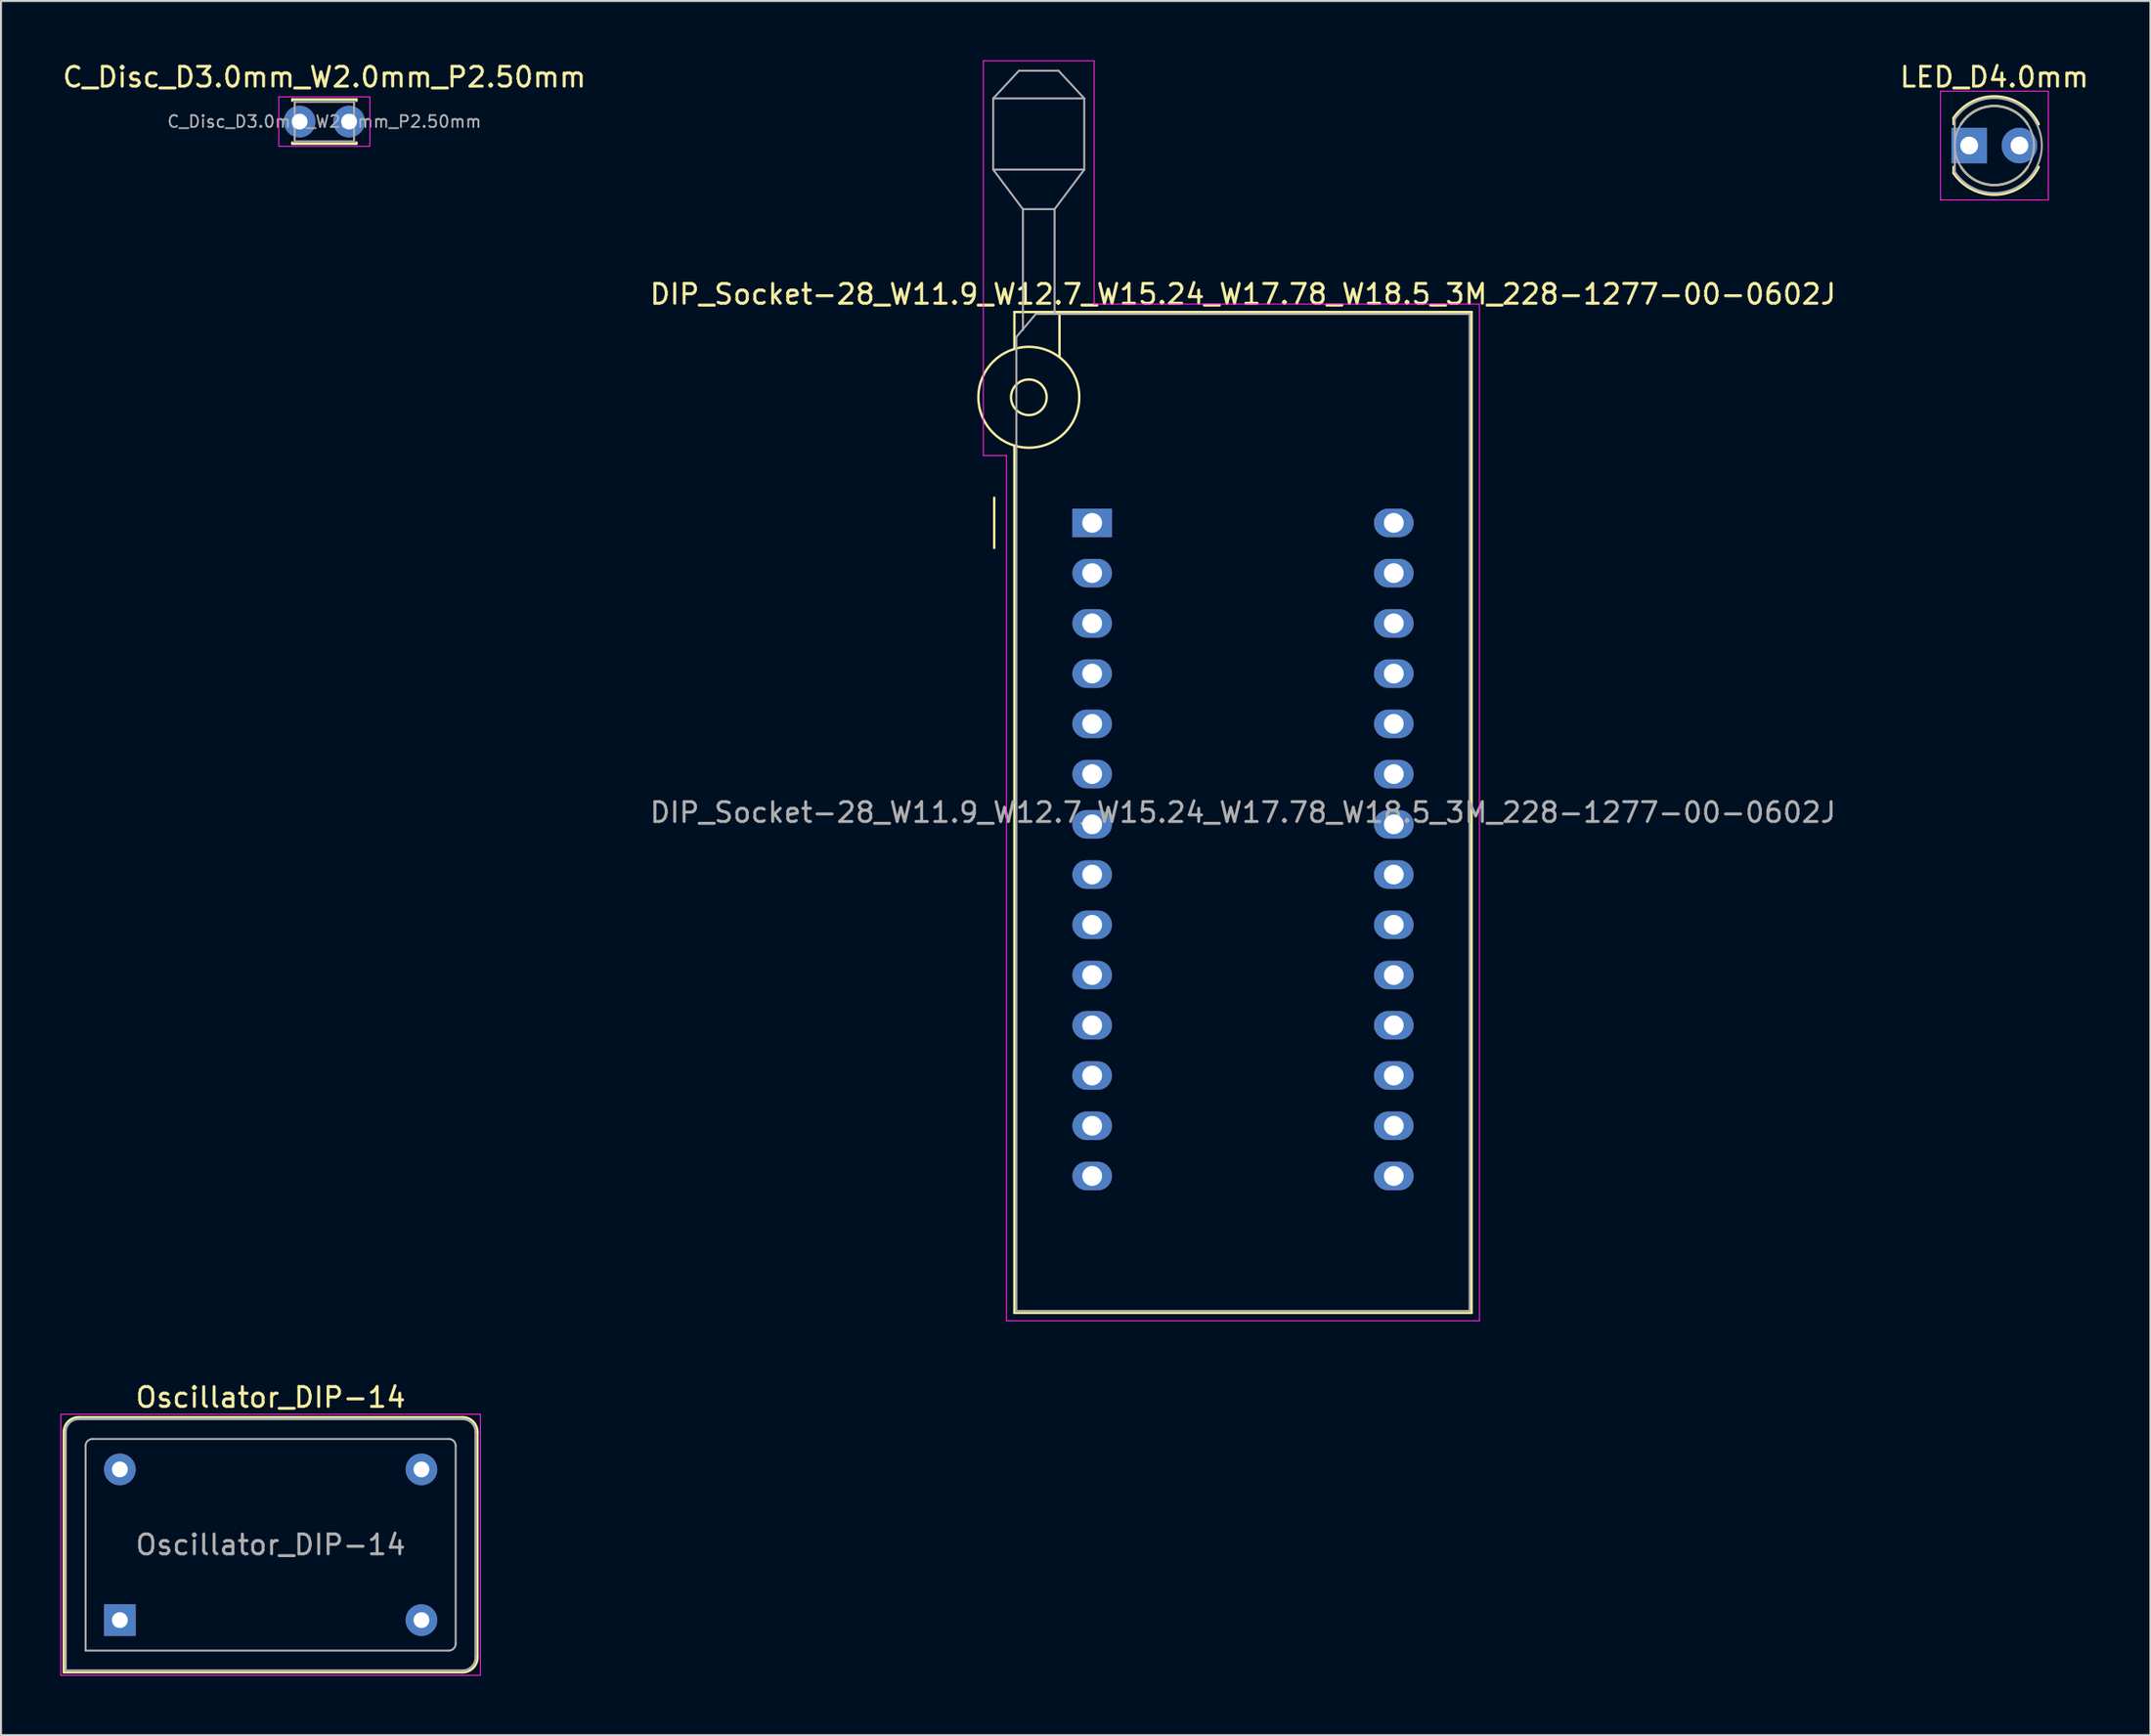
<source format=kicad_pcb>
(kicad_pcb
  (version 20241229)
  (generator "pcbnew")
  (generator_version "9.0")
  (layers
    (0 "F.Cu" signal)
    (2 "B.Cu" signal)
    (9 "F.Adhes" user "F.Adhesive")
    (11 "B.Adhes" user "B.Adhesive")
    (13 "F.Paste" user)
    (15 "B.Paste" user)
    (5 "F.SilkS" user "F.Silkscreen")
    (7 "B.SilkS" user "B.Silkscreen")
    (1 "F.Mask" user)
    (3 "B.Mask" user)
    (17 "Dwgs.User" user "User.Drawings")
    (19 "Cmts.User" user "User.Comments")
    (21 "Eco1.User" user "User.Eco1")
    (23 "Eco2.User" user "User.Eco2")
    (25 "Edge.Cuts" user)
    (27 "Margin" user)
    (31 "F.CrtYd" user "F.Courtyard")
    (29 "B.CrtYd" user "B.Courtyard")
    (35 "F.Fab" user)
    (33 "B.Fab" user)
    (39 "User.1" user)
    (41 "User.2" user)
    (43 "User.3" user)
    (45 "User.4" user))
  (footprint "LED_D4.0mm"
    (layer "F.Cu")
    (at 96.45 4.308)
    (property "Reference" "LED_D4.0mm" (at 1.27 -3.46 0) (layer "F.SilkS") (effects (font (size 1 1) (thickness 0.15))))
    (attr through_hole)
    (fp_line (start -0.79 -1.399) (end -0.79 -1.08) (stroke (width 0.12) (type solid)) (layer "F.SilkS"))
    (fp_line (start -0.79 1.08) (end -0.79 1.399) (stroke (width 0.12) (type solid)) (layer "F.SilkS"))
    (fp_arc (start -0.79 -1.398749) (mid 1.453519 -2.483228) (end 3.513242 -1.080724) (stroke (width 0.12) (type solid)) (layer "F.SilkS"))
    (fp_arc (start -0.41333 -1.08) (mid 1.269429 -2) (end 2.952713 -1.080961) (stroke (width 0.12) (type solid)) (layer "F.SilkS"))
    (fp_arc (start 2.952713 1.080961) (mid 1.269429 2) (end -0.41333 1.08) (stroke (width 0.12) (type solid)) (layer "F.SilkS"))
    (fp_arc (start 3.513242 1.080724) (mid 1.453519 2.483228) (end -0.79 1.398749) (stroke (width 0.12) (type solid)) (layer "F.SilkS"))
    (fp_line (start -1.45 -2.75) (end -1.45 2.75) (stroke (width 0.05) (type solid)) (layer "F.CrtYd"))
    (fp_line (start -1.45 2.75) (end 4 2.75) (stroke (width 0.05) (type solid)) (layer "F.CrtYd"))
    (fp_line (start 4 -2.75) (end -1.45 -2.75) (stroke (width 0.05) (type solid)) (layer "F.CrtYd"))
    (fp_line (start 4 2.75) (end 4 -2.75) (stroke (width 0.05) (type solid)) (layer "F.CrtYd"))
    (fp_line (start -0.73 -1.327) (end -0.73 1.327) (stroke (width 0.1) (type solid)) (layer "F.Fab"))
    (fp_arc (start -0.73 -1.32665) (mid 3.67 0.000306) (end -0.730339 1.32614) (stroke (width 0.1) (type solid)) (layer "F.Fab"))
    (fp_circle (center 1.27 0) (end 3.27 0) (stroke (width 0.1) (type solid)) (fill no) (layer "F.Fab"))
    (pad "1" thru_hole rect (at 0 0) (size 1.8 1.8) (drill 0.9) (layers "*.Cu" "*.Mask"))
    (pad "2" thru_hole circle (at 2.54 0) (size 1.8 1.8) (drill 0.9) (layers "*.Cu" "*.Mask")))
  (footprint "C_Disc_D3.0mm_W2.0mm_P2.50mm"
    (layer "F.Cu")
    (at 12.089 3.098)
    (property "Reference" "C_Disc_D3.0mm_W2.0mm_P2.50mm" (at 1.25 -2.25 0) (layer "F.SilkS") (effects (font (size 1 1) (thickness 0.15))))
    (attr through_hole)
    (fp_line (start -0.37 -1.12) (end -0.37 -1.055) (stroke (width 0.12) (type solid)) (layer "F.SilkS"))
    (fp_line (start -0.37 -1.12) (end 2.87 -1.12) (stroke (width 0.12) (type solid)) (layer "F.SilkS"))
    (fp_line (start -0.37 1.055) (end -0.37 1.12) (stroke (width 0.12) (type solid)) (layer "F.SilkS"))
    (fp_line (start -0.37 1.12) (end 2.87 1.12) (stroke (width 0.12) (type solid)) (layer "F.SilkS"))
    (fp_line (start 2.87 -1.12) (end 2.87 -1.055) (stroke (width 0.12) (type solid)) (layer "F.SilkS"))
    (fp_line (start 2.87 1.055) (end 2.87 1.12) (stroke (width 0.12) (type solid)) (layer "F.SilkS"))
    (fp_line (start -1.05 -1.25) (end -1.05 1.25) (stroke (width 0.05) (type solid)) (layer "F.CrtYd"))
    (fp_line (start -1.05 1.25) (end 3.55 1.25) (stroke (width 0.05) (type solid)) (layer "F.CrtYd"))
    (fp_line (start 3.55 -1.25) (end -1.05 -1.25) (stroke (width 0.05) (type solid)) (layer "F.CrtYd"))
    (fp_line (start 3.55 1.25) (end 3.55 -1.25) (stroke (width 0.05) (type solid)) (layer "F.CrtYd"))
    (fp_line (start -0.25 -1) (end -0.25 1) (stroke (width 0.1) (type solid)) (layer "F.Fab"))
    (fp_line (start -0.25 1) (end 2.75 1) (stroke (width 0.1) (type solid)) (layer "F.Fab"))
    (fp_line (start 2.75 -1) (end -0.25 -1) (stroke (width 0.1) (type solid)) (layer "F.Fab"))
    (fp_line (start 2.75 1) (end 2.75 -1) (stroke (width 0.1) (type solid)) (layer "F.Fab"))
    (fp_text user "${REFERENCE}" (at 1.25 0 0) (layer "F.Fab") (effects (font (size 0.6 0.6) (thickness 0.09))))
    (pad "1" thru_hole circle (at 0 0) (size 1.6 1.6) (drill 0.8) (layers "*.Cu" "*.Mask"))
    (pad "2" thru_hole circle (at 2.5 0) (size 1.6 1.6) (drill 0.8) (layers "*.Cu" "*.Mask")))
  (footprint "DIP_Socket-28_W11.9_W12.7_W15.24_W17.78_W18.5_3M_228-1277-00-0602J"
    (layer "F.Cu")
    (at 52.136 23.385)
    (property "Reference" "DIP_Socket-28_W11.9_W12.7_W15.24_W17.78_W18.5_3M_228-1277-00-0602J" (at 7.62 -11.56 0) (layer "F.SilkS") (effects (font (size 1 1) (thickness 0.15))))
    (attr through_hole)
    (fp_line (start -4.95 1.27) (end -4.95 -1.27) (stroke (width 0.12) (type solid)) (layer "F.SilkS"))
    (fp_line (start -3.93 -10.66) (end -3.93 -8.8) (stroke (width 0.12) (type solid)) (layer "F.SilkS"))
    (fp_line (start -3.93 -3.9) (end -3.93 39.94) (stroke (width 0.12) (type solid)) (layer "F.SilkS"))
    (fp_line (start -3.93 39.94) (end 19.17 39.94) (stroke (width 0.12) (type solid)) (layer "F.SilkS"))
    (fp_line (start -1.65 -10.66) (end -1.65 -8.4) (stroke (width 0.12) (type solid)) (layer "F.SilkS"))
    (fp_line (start 19.17 -10.66) (end -3.93 -10.66) (stroke (width 0.12) (type solid)) (layer "F.SilkS"))
    (fp_line (start 19.17 39.94) (end 19.17 -10.66) (stroke (width 0.12) (type solid)) (layer "F.SilkS"))
    (fp_circle (center -3.2 -6.35) (end -2.3 -6.35) (stroke (width 0.12) (type solid)) (fill no) (layer "F.SilkS"))
    (fp_circle (center -3.2 -6.35) (end -0.65 -6.35) (stroke (width 0.12) (type solid)) (fill no) (layer "F.SilkS"))
    (fp_line (start -5.5 -23.36) (end 0.1 -23.36) (stroke (width 0.05) (type solid)) (layer "F.CrtYd"))
    (fp_line (start -5.5 -3.4) (end -5.5 -23.36) (stroke (width 0.05) (type solid)) (layer "F.CrtYd"))
    (fp_line (start -4.33 -3.4) (end -5.5 -3.4) (stroke (width 0.05) (type solid)) (layer "F.CrtYd"))
    (fp_line (start -4.33 40.34) (end -4.33 -3.4) (stroke (width 0.05) (type solid)) (layer "F.CrtYd"))
    (fp_line (start 0.1 -23.36) (end 0.1 -11.06) (stroke (width 0.05) (type solid)) (layer "F.CrtYd"))
    (fp_line (start 0.1 -11.06) (end 19.57 -11.06) (stroke (width 0.05) (type solid)) (layer "F.CrtYd"))
    (fp_line (start 19.57 -11.06) (end 19.57 40.34) (stroke (width 0.05) (type solid)) (layer "F.CrtYd"))
    (fp_line (start 19.57 40.34) (end -4.33 40.34) (stroke (width 0.05) (type solid)) (layer "F.CrtYd"))
    (fp_line (start -5 -21.46) (end -5 -17.86) (stroke (width 0.1) (type solid)) (layer "F.Fab"))
    (fp_line (start -5 -21.46) (end -3.7 -22.86) (stroke (width 0.1) (type solid)) (layer "F.Fab"))
    (fp_line (start -5 -17.86) (end -3.5 -15.86) (stroke (width 0.1) (type solid)) (layer "F.Fab"))
    (fp_line (start -5 -17.86) (end -0.4 -17.86) (stroke (width 0.1) (type solid)) (layer "F.Fab"))
    (fp_line (start -3.83 -9.4) (end -2.85 -10.56) (stroke (width 0.1) (type solid)) (layer "F.Fab"))
    (fp_line (start -3.83 39.84) (end -3.83 -9.4) (stroke (width 0.1) (type solid)) (layer "F.Fab"))
    (fp_line (start -3.7 -22.86) (end -1.7 -22.86) (stroke (width 0.1) (type solid)) (layer "F.Fab"))
    (fp_line (start -3.5 -15.86) (end -1.9 -15.86) (stroke (width 0.1) (type solid)) (layer "F.Fab"))
    (fp_line (start -3.5 -9.75) (end -3.5 -15.86) (stroke (width 0.1) (type solid)) (layer "F.Fab"))
    (fp_line (start -2.85 -10.56) (end 19.07 -10.56) (stroke (width 0.1) (type solid)) (layer "F.Fab"))
    (fp_line (start -1.9 -15.86) (end -1.9 -10.56) (stroke (width 0.1) (type solid)) (layer "F.Fab"))
    (fp_line (start -1.7 -22.86) (end -0.4 -21.46) (stroke (width 0.1) (type solid)) (layer "F.Fab"))
    (fp_line (start -0.4 -21.46) (end -5 -21.46) (stroke (width 0.1) (type solid)) (layer "F.Fab"))
    (fp_line (start -0.4 -17.86) (end -1.9 -15.86) (stroke (width 0.1) (type solid)) (layer "F.Fab"))
    (fp_line (start -0.4 -17.86) (end -0.4 -21.46) (stroke (width 0.1) (type solid)) (layer "F.Fab"))
    (fp_line (start 19.07 -10.56) (end 19.07 39.84) (stroke (width 0.1) (type solid)) (layer "F.Fab"))
    (fp_line (start 19.07 39.84) (end -3.83 39.84) (stroke (width 0.1) (type solid)) (layer "F.Fab"))
    (fp_text user "${REFERENCE}" (at 7.62 14.64 0) (layer "F.Fab") (effects (font (size 1 1) (thickness 0.15))))
    (pad "1" thru_hole rect (at 0 0) (size 2 1.44) (drill 1) (layers "*.Cu" "*.Mask"))
    (pad "2" thru_hole oval (at 0 2.54) (size 2 1.44) (drill 1) (layers "*.Cu" "*.Mask"))
    (pad "3" thru_hole oval (at 0 5.08) (size 2 1.44) (drill 1) (layers "*.Cu" "*.Mask"))
    (pad "4" thru_hole oval (at 0 7.62) (size 2 1.44) (drill 1) (layers "*.Cu" "*.Mask"))
    (pad "5" thru_hole oval (at 0 10.16) (size 2 1.44) (drill 1) (layers "*.Cu" "*.Mask"))
    (pad "6" thru_hole oval (at 0 12.7) (size 2 1.44) (drill 1) (layers "*.Cu" "*.Mask"))
    (pad "7" thru_hole oval (at 0 15.24) (size 2 1.44) (drill 1) (layers "*.Cu" "*.Mask"))
    (pad "8" thru_hole oval (at 0 17.78) (size 2 1.44) (drill 1) (layers "*.Cu" "*.Mask"))
    (pad "9" thru_hole oval (at 0 20.32) (size 2 1.44) (drill 1) (layers "*.Cu" "*.Mask"))
    (pad "10" thru_hole oval (at 0 22.86) (size 2 1.44) (drill 1) (layers "*.Cu" "*.Mask"))
    (pad "11" thru_hole oval (at 0 25.4) (size 2 1.44) (drill 1) (layers "*.Cu" "*.Mask"))
    (pad "12" thru_hole oval (at 0 27.94) (size 2 1.44) (drill 1) (layers "*.Cu" "*.Mask"))
    (pad "13" thru_hole oval (at 0 30.48) (size 2 1.44) (drill 1) (layers "*.Cu" "*.Mask"))
    (pad "14" thru_hole oval (at 0 33.02) (size 2 1.44) (drill 1) (layers "*.Cu" "*.Mask"))
    (pad "15" thru_hole oval (at 15.24 33.02) (size 2 1.44) (drill 1) (layers "*.Cu" "*.Mask"))
    (pad "16" thru_hole oval (at 15.24 30.48) (size 2 1.44) (drill 1) (layers "*.Cu" "*.Mask"))
    (pad "17" thru_hole oval (at 15.24 27.94) (size 2 1.44) (drill 1) (layers "*.Cu" "*.Mask"))
    (pad "18" thru_hole oval (at 15.24 25.4) (size 2 1.44) (drill 1) (layers "*.Cu" "*.Mask"))
    (pad "19" thru_hole oval (at 15.24 22.86) (size 2 1.44) (drill 1) (layers "*.Cu" "*.Mask"))
    (pad "20" thru_hole oval (at 15.24 20.32) (size 2 1.44) (drill 1) (layers "*.Cu" "*.Mask"))
    (pad "21" thru_hole oval (at 15.24 17.78) (size 2 1.44) (drill 1) (layers "*.Cu" "*.Mask"))
    (pad "22" thru_hole oval (at 15.24 15.24) (size 2 1.44) (drill 1) (layers "*.Cu" "*.Mask"))
    (pad "23" thru_hole oval (at 15.24 12.7) (size 2 1.44) (drill 1) (layers "*.Cu" "*.Mask"))
    (pad "24" thru_hole oval (at 15.24 10.16) (size 2 1.44) (drill 1) (layers "*.Cu" "*.Mask"))
    (pad "25" thru_hole oval (at 15.24 7.62) (size 2 1.44) (drill 1) (layers "*.Cu" "*.Mask"))
    (pad "26" thru_hole oval (at 15.24 5.08) (size 2 1.44) (drill 1) (layers "*.Cu" "*.Mask"))
    (pad "27" thru_hole oval (at 15.24 2.54) (size 2 1.44) (drill 1) (layers "*.Cu" "*.Mask"))
    (pad "28" thru_hole oval (at 15.24 0) (size 2 1.44) (drill 1) (layers "*.Cu" "*.Mask")))
  (footprint "Oscillator_DIP-14"
    (layer "F.Cu")
    (at 3.005 78.858)
    (property "Reference" "Oscillator_DIP-14" (at 7.62 -11.26 0) (layer "F.SilkS") (effects (font (size 1 1) (thickness 0.15))))
    (attr through_hole)
    (fp_line (start -2.83 -9.51) (end -2.83 2.64) (stroke (width 0.12) (type solid)) (layer "F.SilkS"))
    (fp_line (start -2.83 2.64) (end 17.32 2.64) (stroke (width 0.12) (type solid)) (layer "F.SilkS"))
    (fp_line (start 17.32 -10.26) (end -2.08 -10.26) (stroke (width 0.12) (type solid)) (layer "F.SilkS"))
    (fp_line (start 18.07 1.89) (end 18.07 -9.51) (stroke (width 0.12) (type solid)) (layer "F.SilkS"))
    (fp_arc (start -2.83 -9.51) (mid -2.61033 -10.04033) (end -2.08 -10.26) (stroke (width 0.12) (type solid)) (layer "F.SilkS"))
    (fp_arc (start 17.32 -10.26) (mid 17.85033 -10.04033) (end 18.07 -9.51) (stroke (width 0.12) (type solid)) (layer "F.SilkS"))
    (fp_arc (start 18.07 1.89) (mid 17.85033 2.42033) (end 17.32 2.64) (stroke (width 0.12) (type solid)) (layer "F.SilkS"))
    (fp_line (start -2.98 -10.41) (end -2.98 2.79) (stroke (width 0.05) (type solid)) (layer "F.CrtYd"))
    (fp_line (start -2.98 2.79) (end 18.22 2.79) (stroke (width 0.05) (type solid)) (layer "F.CrtYd"))
    (fp_line (start 18.22 -10.41) (end -2.98 -10.41) (stroke (width 0.05) (type solid)) (layer "F.CrtYd"))
    (fp_line (start 18.22 2.79) (end 18.22 -10.41) (stroke (width 0.05) (type solid)) (layer "F.CrtYd"))
    (fp_line (start -2.73 2.54) (end -2.73 -9.51) (stroke (width 0.1) (type solid)) (layer "F.Fab"))
    (fp_line (start -2.73 2.54) (end 17.32 2.54) (stroke (width 0.1) (type solid)) (layer "F.Fab"))
    (fp_line (start -2.08 -10.16) (end 17.32 -10.16) (stroke (width 0.1) (type solid)) (layer "F.Fab"))
    (fp_line (start -1.73 1.54) (end -1.73 -8.81) (stroke (width 0.1) (type solid)) (layer "F.Fab"))
    (fp_line (start -1.73 1.54) (end 16.62 1.54) (stroke (width 0.1) (type solid)) (layer "F.Fab"))
    (fp_line (start -1.38 -9.16) (end 16.62 -9.16) (stroke (width 0.1) (type solid)) (layer "F.Fab"))
    (fp_line (start 16.97 1.19) (end 16.97 -8.81) (stroke (width 0.1) (type solid)) (layer "F.Fab"))
    (fp_line (start 17.97 -9.51) (end 17.97 1.89) (stroke (width 0.1) (type solid)) (layer "F.Fab"))
    (fp_arc (start -2.73 -9.51) (mid -2.539619 -9.969619) (end -2.08 -10.16) (stroke (width 0.1) (type solid)) (layer "F.Fab"))
    (fp_arc (start -1.73 -8.81) (mid -1.627487 -9.057487) (end -1.38 -9.16) (stroke (width 0.1) (type solid)) (layer "F.Fab"))
    (fp_arc (start 16.62 -9.16) (mid 16.867487 -9.057487) (end 16.97 -8.81) (stroke (width 0.1) (type solid)) (layer "F.Fab"))
    (fp_arc (start 16.97 1.19) (mid 16.867487 1.437487) (end 16.62 1.54) (stroke (width 0.1) (type solid)) (layer "F.Fab"))
    (fp_arc (start 17.32 -10.16) (mid 17.779619 -9.969619) (end 17.97 -9.51) (stroke (width 0.1) (type solid)) (layer "F.Fab"))
    (fp_arc (start 17.97 1.89) (mid 17.779619 2.349619) (end 17.32 2.54) (stroke (width 0.1) (type solid)) (layer "F.Fab"))
    (fp_text user "${REFERENCE}" (at 7.62 -3.81 0) (layer "F.Fab") (effects (font (size 1 1) (thickness 0.15))))
    (pad "1" thru_hole rect (at 0 0) (size 1.6 1.6) (drill 0.8) (layers "*.Cu" "*.Mask"))
    (pad "7" thru_hole circle (at 15.24 0) (size 1.6 1.6) (drill 0.8) (layers "*.Cu" "*.Mask"))
    (pad "8" thru_hole circle (at 15.24 -7.62) (size 1.6 1.6) (drill 0.8) (layers "*.Cu" "*.Mask"))
    (pad "14" thru_hole circle (at 0 -7.62) (size 1.6 1.6) (drill 0.8) (layers "*.Cu" "*.Mask")))
  (gr_rect
    (start -3 -3)
    (end 105.607 84.673)
    (stroke (width 0.1) (type default))
    (fill no)
    (layer "Edge.Cuts")))
</source>
